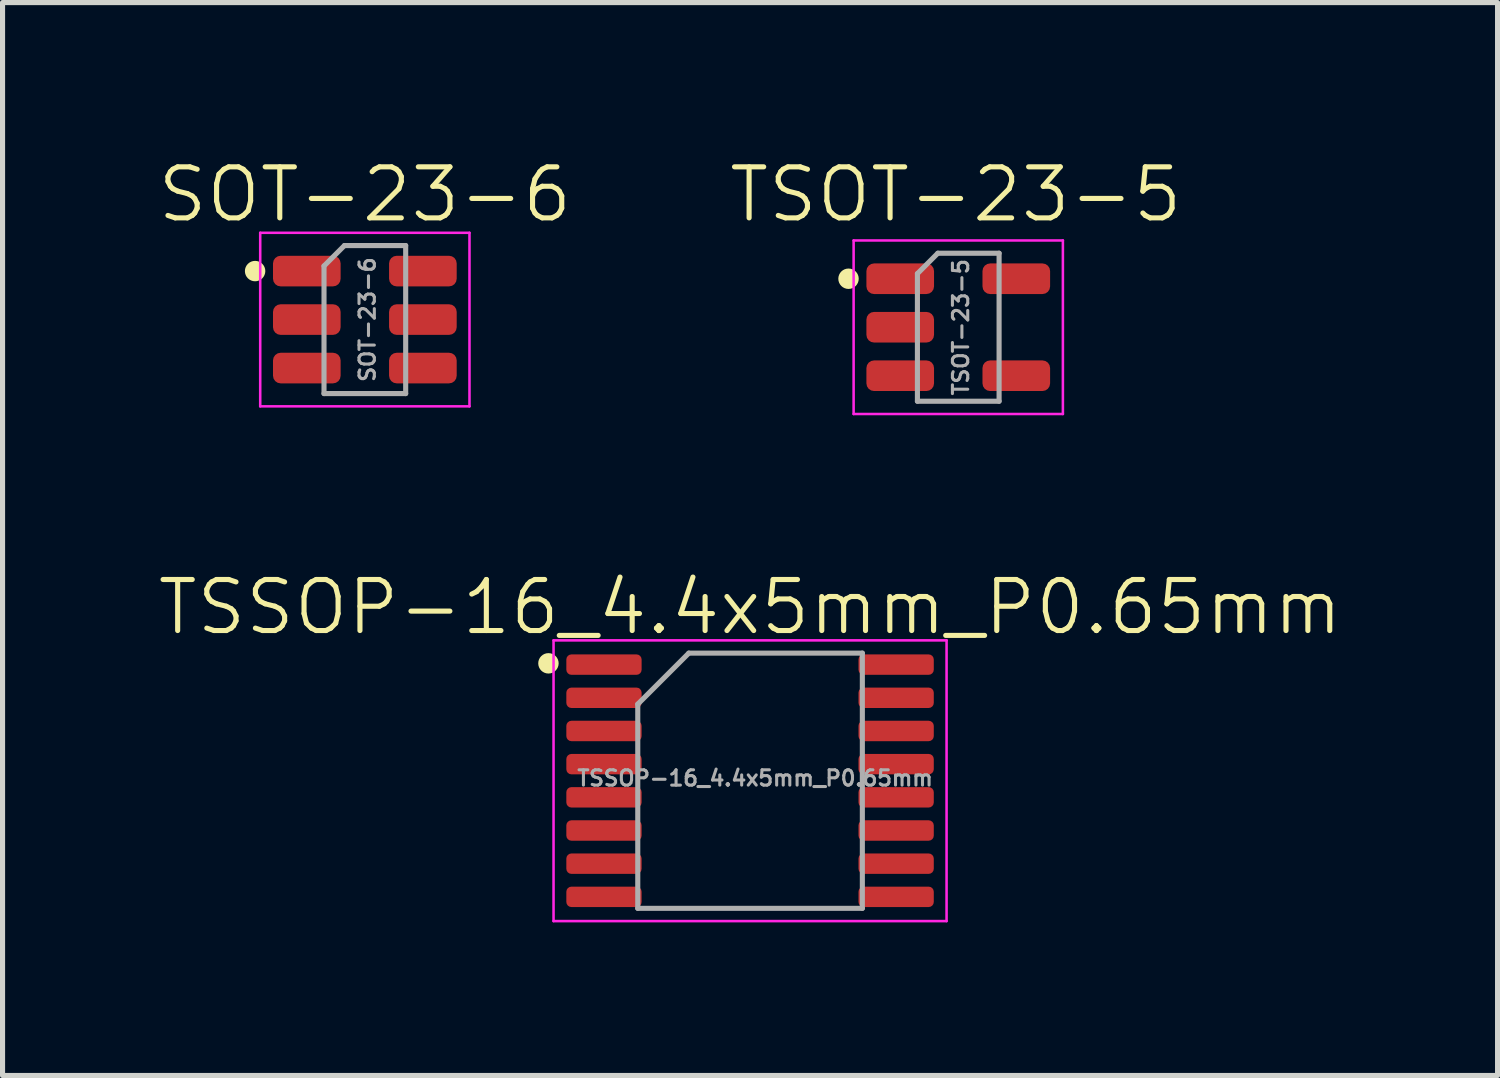
<source format=kicad_pcb>
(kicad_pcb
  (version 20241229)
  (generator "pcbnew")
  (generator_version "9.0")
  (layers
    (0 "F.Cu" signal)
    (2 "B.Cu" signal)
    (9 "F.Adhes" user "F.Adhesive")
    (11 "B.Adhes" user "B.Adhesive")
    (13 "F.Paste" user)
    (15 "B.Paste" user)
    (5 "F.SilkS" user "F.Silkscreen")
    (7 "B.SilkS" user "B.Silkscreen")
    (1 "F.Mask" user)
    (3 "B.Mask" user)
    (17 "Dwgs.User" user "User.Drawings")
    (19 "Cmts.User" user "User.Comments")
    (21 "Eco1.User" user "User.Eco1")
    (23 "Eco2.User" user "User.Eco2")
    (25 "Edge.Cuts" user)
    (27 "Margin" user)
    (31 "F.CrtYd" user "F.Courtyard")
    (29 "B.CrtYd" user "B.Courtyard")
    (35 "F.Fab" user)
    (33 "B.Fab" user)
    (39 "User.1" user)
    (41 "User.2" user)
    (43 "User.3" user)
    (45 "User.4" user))
  (footprint "SOT-23-6"
    (layer "F.Cu")
    (at 4.098 3.211)
    (property "Reference" "SOT-23-6" (at 0 -2.45 0) (unlocked yes) (layer "F.SilkS") (effects (font (size 1 1) (thickness 0.1))))
    (attr smd)
    (fp_circle (center -2.15 -0.95) (end -2 -0.95) (stroke (width 0.1) (type solid)) (fill yes) (layer "F.SilkS"))
    (fp_line (start -2.05 -1.7) (end -2.05 1.7) (stroke (width 0.05) (type solid)) (layer "F.CrtYd"))
    (fp_line (start -2.05 1.7) (end 2.05 1.7) (stroke (width 0.05) (type solid)) (layer "F.CrtYd"))
    (fp_line (start 2.05 -1.7) (end -2.05 -1.7) (stroke (width 0.05) (type solid)) (layer "F.CrtYd"))
    (fp_line (start 2.05 1.7) (end 2.05 -1.7) (stroke (width 0.05) (type solid)) (layer "F.CrtYd"))
    (fp_line (start -0.8 -1.05) (end -0.4 -1.45) (stroke (width 0.1) (type solid)) (layer "F.Fab"))
    (fp_line (start -0.8 1.45) (end -0.8 -1.05) (stroke (width 0.1) (type solid)) (layer "F.Fab"))
    (fp_line (start -0.4 -1.45) (end 0.8 -1.45) (stroke (width 0.1) (type solid)) (layer "F.Fab"))
    (fp_line (start 0.8 -1.45) (end 0.8 1.45) (stroke (width 0.1) (type solid)) (layer "F.Fab"))
    (fp_line (start 0.8 1.45) (end -0.8 1.45) (stroke (width 0.1) (type solid)) (layer "F.Fab"))
    (fp_text user "${REFERENCE}" (at 0.05 0 90) (unlocked yes) (layer "F.Fab") (effects (font (size 0.3 0.3) (thickness 0.06))))
    (pad "1" smd roundrect (at -1.137 -0.95) (size 1.325 0.6) (layers "F.Cu" "F.Mask" "F.Paste") (roundrect_rratio 0.25))
    (pad "2" smd roundrect (at -1.137 0) (size 1.325 0.6) (layers "F.Cu" "F.Mask" "F.Paste") (roundrect_rratio 0.25))
    (pad "3" smd roundrect (at -1.137 0.95) (size 1.325 0.6) (layers "F.Cu" "F.Mask" "F.Paste") (roundrect_rratio 0.25))
    (pad "4" smd roundrect (at 1.137 0.95) (size 1.325 0.6) (layers "F.Cu" "F.Mask" "F.Paste") (roundrect_rratio 0.25))
    (pad "5" smd roundrect (at 1.137 0) (size 1.325 0.6) (layers "F.Cu" "F.Mask" "F.Paste") (roundrect_rratio 0.25))
    (pad "6" smd roundrect (at 1.137 -0.95) (size 1.325 0.6) (layers "F.Cu" "F.Mask" "F.Paste") (roundrect_rratio 0.25)))
  (footprint "TSSOP-16_4.4x5mm_P0.65mm"
    (layer "F.Cu")
    (at 11.645 12.196)
    (property "Reference" "TSSOP-16_4.4x5mm_P0.65mm" (at 0 -3.35 0) (unlocked yes) (layer "F.SilkS") (effects (font (size 1 1) (thickness 0.1))))
    (attr smd)
    (fp_circle (center -3.95 -2.25) (end -3.8 -2.25) (stroke (width 0.1) (type solid)) (fill yes) (layer "F.SilkS"))
    (fp_line (start -3.85 -2.7) (end -3.85 2.8) (stroke (width 0.05) (type solid)) (layer "F.CrtYd"))
    (fp_line (start -3.85 2.8) (end 3.85 2.8) (stroke (width 0.05) (type solid)) (layer "F.CrtYd"))
    (fp_line (start 3.85 -2.7) (end -3.85 -2.7) (stroke (width 0.05) (type solid)) (layer "F.CrtYd"))
    (fp_line (start 3.85 2.8) (end 3.85 -2.7) (stroke (width 0.05) (type solid)) (layer "F.CrtYd"))
    (fp_line (start -2.2 -1.45) (end -1.2 -2.45) (stroke (width 0.1) (type solid)) (layer "F.Fab"))
    (fp_line (start -2.2 2.55) (end -2.2 -1.45) (stroke (width 0.1) (type solid)) (layer "F.Fab"))
    (fp_line (start -1.2 -2.45) (end 2.2 -2.45) (stroke (width 0.1) (type solid)) (layer "F.Fab"))
    (fp_line (start 2.2 -2.45) (end 2.2 2.55) (stroke (width 0.1) (type solid)) (layer "F.Fab"))
    (fp_line (start 2.2 2.55) (end -2.2 2.55) (stroke (width 0.1) (type solid)) (layer "F.Fab"))
    (fp_text user "${REFERENCE}" (at 0.1 0 0) (unlocked yes) (layer "F.Fab") (effects (font (size 0.3 0.3) (thickness 0.06))))
    (pad "1" smd roundrect (at -2.862 -2.225) (size 1.475 0.4) (layers "F.Cu" "F.Mask" "F.Paste") (roundrect_rratio 0.25))
    (pad "2" smd roundrect (at -2.862 -1.575) (size 1.475 0.4) (layers "F.Cu" "F.Mask" "F.Paste") (roundrect_rratio 0.25))
    (pad "3" smd roundrect (at -2.862 -0.925) (size 1.475 0.4) (layers "F.Cu" "F.Mask" "F.Paste") (roundrect_rratio 0.25))
    (pad "4" smd roundrect (at -2.862 -0.275) (size 1.475 0.4) (layers "F.Cu" "F.Mask" "F.Paste") (roundrect_rratio 0.25))
    (pad "5" smd roundrect (at -2.862 0.375) (size 1.475 0.4) (layers "F.Cu" "F.Mask" "F.Paste") (roundrect_rratio 0.25))
    (pad "6" smd roundrect (at -2.862 1.025) (size 1.475 0.4) (layers "F.Cu" "F.Mask" "F.Paste") (roundrect_rratio 0.25))
    (pad "7" smd roundrect (at -2.862 1.675) (size 1.475 0.4) (layers "F.Cu" "F.Mask" "F.Paste") (roundrect_rratio 0.25))
    (pad "8" smd roundrect (at -2.862 2.325) (size 1.475 0.4) (layers "F.Cu" "F.Mask" "F.Paste") (roundrect_rratio 0.25))
    (pad "9" smd roundrect (at 2.862 2.325) (size 1.475 0.4) (layers "F.Cu" "F.Mask" "F.Paste") (roundrect_rratio 0.25))
    (pad "10" smd roundrect (at 2.862 1.675) (size 1.475 0.4) (layers "F.Cu" "F.Mask" "F.Paste") (roundrect_rratio 0.25))
    (pad "11" smd roundrect (at 2.862 1.025) (size 1.475 0.4) (layers "F.Cu" "F.Mask" "F.Paste") (roundrect_rratio 0.25))
    (pad "12" smd roundrect (at 2.862 0.375) (size 1.475 0.4) (layers "F.Cu" "F.Mask" "F.Paste") (roundrect_rratio 0.25))
    (pad "13" smd roundrect (at 2.862 -0.275) (size 1.475 0.4) (layers "F.Cu" "F.Mask" "F.Paste") (roundrect_rratio 0.25))
    (pad "14" smd roundrect (at 2.862 -0.925) (size 1.475 0.4) (layers "F.Cu" "F.Mask" "F.Paste") (roundrect_rratio 0.25))
    (pad "15" smd roundrect (at 2.862 -1.575) (size 1.475 0.4) (layers "F.Cu" "F.Mask" "F.Paste") (roundrect_rratio 0.25))
    (pad "16" smd roundrect (at 2.862 -2.225) (size 1.475 0.4) (layers "F.Cu" "F.Mask" "F.Paste") (roundrect_rratio 0.25)))
  (footprint "TSOT-23-5"
    (layer "F.Cu")
    (at 15.724 3.361)
    (property "Reference" "TSOT-23-5" (at -0.05 -2.6 0) (unlocked yes) (layer "F.SilkS") (effects (font (size 1 1) (thickness 0.1))))
    (attr smd)
    (fp_circle (center -2.15 -0.95) (end -2 -0.95) (stroke (width 0.1) (type solid)) (fill yes) (layer "F.SilkS"))
    (fp_line (start -2.05 -1.7) (end -2.05 1.7) (stroke (width 0.05) (type solid)) (layer "F.CrtYd"))
    (fp_line (start -2.05 1.7) (end 2.05 1.7) (stroke (width 0.05) (type solid)) (layer "F.CrtYd"))
    (fp_line (start 2.05 -1.7) (end -2.05 -1.7) (stroke (width 0.05) (type solid)) (layer "F.CrtYd"))
    (fp_line (start 2.05 1.7) (end 2.05 -1.7) (stroke (width 0.05) (type solid)) (layer "F.CrtYd"))
    (fp_line (start -0.8 -1.05) (end -0.4 -1.45) (stroke (width 0.1) (type solid)) (layer "F.Fab"))
    (fp_line (start -0.8 1.45) (end -0.8 -1.05) (stroke (width 0.1) (type solid)) (layer "F.Fab"))
    (fp_line (start -0.4 -1.45) (end 0.8 -1.45) (stroke (width 0.1) (type solid)) (layer "F.Fab"))
    (fp_line (start 0.8 -1.45) (end 0.8 1.45) (stroke (width 0.1) (type solid)) (layer "F.Fab"))
    (fp_line (start 0.8 1.45) (end -0.8 1.45) (stroke (width 0.1) (type solid)) (layer "F.Fab"))
    (fp_text user "${REFERENCE}" (at 0.05 0 90) (unlocked yes) (layer "F.Fab") (effects (font (size 0.3 0.3) (thickness 0.06))))
    (pad "1" smd roundrect (at -1.137 -0.95) (size 1.325 0.6) (layers "F.Cu" "F.Mask" "F.Paste") (roundrect_rratio 0.25))
    (pad "2" smd roundrect (at -1.137 0) (size 1.325 0.6) (layers "F.Cu" "F.Mask" "F.Paste") (roundrect_rratio 0.25))
    (pad "3" smd roundrect (at -1.137 0.95) (size 1.325 0.6) (layers "F.Cu" "F.Mask" "F.Paste") (roundrect_rratio 0.25))
    (pad "4" smd roundrect (at 1.137 0.95) (size 1.325 0.6) (layers "F.Cu" "F.Mask" "F.Paste") (roundrect_rratio 0.25))
    (pad "5" smd roundrect (at 1.137 -0.95) (size 1.325 0.6) (layers "F.Cu" "F.Mask" "F.Paste") (roundrect_rratio 0.25)))
  (gr_rect
    (start -3 -3)
    (end 26.29 18.021)
    (stroke (width 0.1) (type default))
    (fill no)
    (layer "Edge.Cuts")))
</source>
